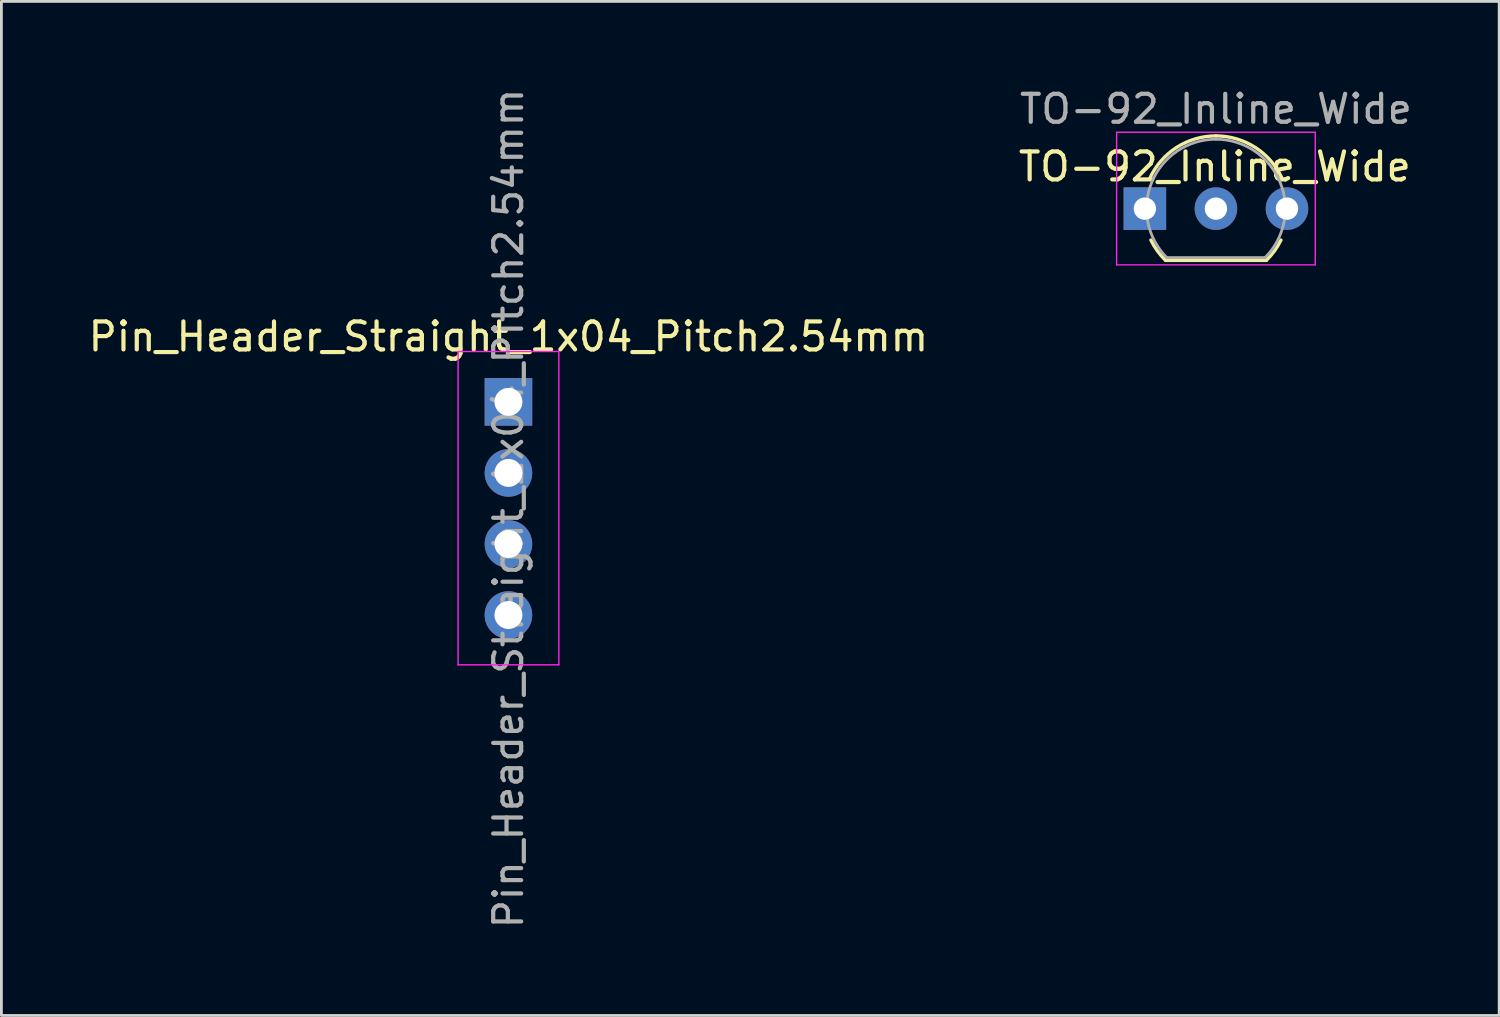
<source format=kicad_pcb>
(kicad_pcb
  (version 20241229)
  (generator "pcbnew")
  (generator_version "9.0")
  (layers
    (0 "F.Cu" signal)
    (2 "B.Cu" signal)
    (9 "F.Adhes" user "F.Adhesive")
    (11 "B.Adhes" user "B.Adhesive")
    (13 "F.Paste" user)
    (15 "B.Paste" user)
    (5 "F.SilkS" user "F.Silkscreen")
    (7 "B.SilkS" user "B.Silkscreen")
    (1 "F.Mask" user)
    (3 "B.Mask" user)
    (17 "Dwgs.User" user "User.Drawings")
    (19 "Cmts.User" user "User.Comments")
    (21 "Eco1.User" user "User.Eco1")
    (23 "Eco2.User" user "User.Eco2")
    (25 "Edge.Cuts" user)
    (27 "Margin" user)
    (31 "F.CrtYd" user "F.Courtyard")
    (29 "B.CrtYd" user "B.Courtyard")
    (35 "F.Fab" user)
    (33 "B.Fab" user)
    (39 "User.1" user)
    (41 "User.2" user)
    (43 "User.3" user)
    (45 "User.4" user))
  (footprint "Pin_Header_Straight_1x04_Pitch2.54mm"
    (layer "F.Cu")
    (at 15.125 11.315)
    (property "Reference" "Pin_Header_Straight_1x04_Pitch2.54mm" (at 0 -2.33 0) (layer "F.SilkS") (effects (font (size 1 1) (thickness 0.15))))
    (attr through_hole)
    (fp_line (start -1.8 -1.8) (end -1.8 9.4) (stroke (width 0.05) (type solid)) (layer "F.CrtYd"))
    (fp_line (start -1.8 9.4) (end 1.8 9.4) (stroke (width 0.05) (type solid)) (layer "F.CrtYd"))
    (fp_line (start 1.8 -1.8) (end -1.8 -1.8) (stroke (width 0.05) (type solid)) (layer "F.CrtYd"))
    (fp_line (start 1.8 9.4) (end 1.8 -1.8) (stroke (width 0.05) (type solid)) (layer "F.CrtYd"))
    (fp_text user "${REFERENCE}" (at 0 3.81 90) (layer "F.Fab") (effects (font (size 1 1) (thickness 0.15))))
    (pad "1" thru_hole rect (at 0 0) (size 1.7 1.7) (drill 1) (layers "*.Cu" "*.Mask"))
    (pad "2" thru_hole oval (at 0 2.54) (size 1.7 1.7) (drill 1) (layers "*.Cu" "*.Mask"))
    (pad "3" thru_hole oval (at 0 5.08) (size 1.7 1.7) (drill 1) (layers "*.Cu" "*.Mask"))
    (pad "4" thru_hole oval (at 0 7.62) (size 1.7 1.7) (drill 1) (layers "*.Cu" "*.Mask")))
  (footprint "TO-92_Inline_Wide"
    (layer "F.Cu")
    (at 37.875 4.408)
    (property "Reference" "TO-92_Inline_Wide" (at 2.5 -1.5 180) (layer "F.SilkS") (effects (font (size 1 1) (thickness 0.15))))
    (attr through_hole)
    (fp_line (start 0.74 1.85) (end 4.34 1.85) (stroke (width 0.12) (type solid)) (layer "F.SilkS"))
    (fp_arc (start 0.1836 -1.098807) (mid 1.143021 -2.192817) (end 2.54 -2.6) (stroke (width 0.12) (type solid)) (layer "F.SilkS"))
    (fp_arc (start 0.74 1.85) (mid 0.446097 1.509328) (end 0.215816 1.122795) (stroke (width 0.12) (type solid)) (layer "F.SilkS"))
    (fp_arc (start 2.54 -2.6) (mid 3.936979 -2.192818) (end 4.8964 -1.098807) (stroke (width 0.12) (type solid)) (layer "F.SilkS"))
    (fp_arc (start 4.864184 1.122795) (mid 4.633903 1.509328) (end 4.34 1.85) (stroke (width 0.12) (type solid)) (layer "F.SilkS"))
    (fp_line (start -1.01 -2.73) (end -1.01 2.01) (stroke (width 0.05) (type solid)) (layer "F.CrtYd"))
    (fp_line (start -1.01 -2.73) (end 6.09 -2.73) (stroke (width 0.05) (type solid)) (layer "F.CrtYd"))
    (fp_line (start 6.09 2.01) (end -1.01 2.01) (stroke (width 0.05) (type solid)) (layer "F.CrtYd"))
    (fp_line (start 6.09 2.01) (end 6.09 -2.73) (stroke (width 0.05) (type solid)) (layer "F.CrtYd"))
    (fp_line (start 0.8 1.75) (end 4.3 1.75) (stroke (width 0.1) (type solid)) (layer "F.Fab"))
    (fp_arc (start 0.786375 1.753625) (mid 0.248779 -0.949055) (end 2.54 -2.48) (stroke (width 0.1) (type solid)) (layer "F.Fab"))
    (fp_arc (start 2.54 -2.48) (mid 4.831221 -0.949055) (end 4.293625 1.753625) (stroke (width 0.1) (type solid)) (layer "F.Fab"))
    (fp_text user "${REFERENCE}" (at 2.54 -3.56 180) (layer "F.Fab") (effects (font (size 1 1) (thickness 0.15))))
    (pad "1" thru_hole rect (at 0 0 90) (size 1.52 1.52) (drill 0.8) (layers "*.Cu" "*.Mask"))
    (pad "2" thru_hole circle (at 2.54 0 90) (size 1.52 1.52) (drill 0.8) (layers "*.Cu" "*.Mask"))
    (pad "3" thru_hole circle (at 5.08 0 90) (size 1.52 1.52) (drill 0.8) (layers "*.Cu" "*.Mask")))
  (gr_rect
    (start -3 -3)
    (end 50.54 33.25)
    (stroke (width 0.1) (type default))
    (fill no)
    (layer "Edge.Cuts")))
</source>
